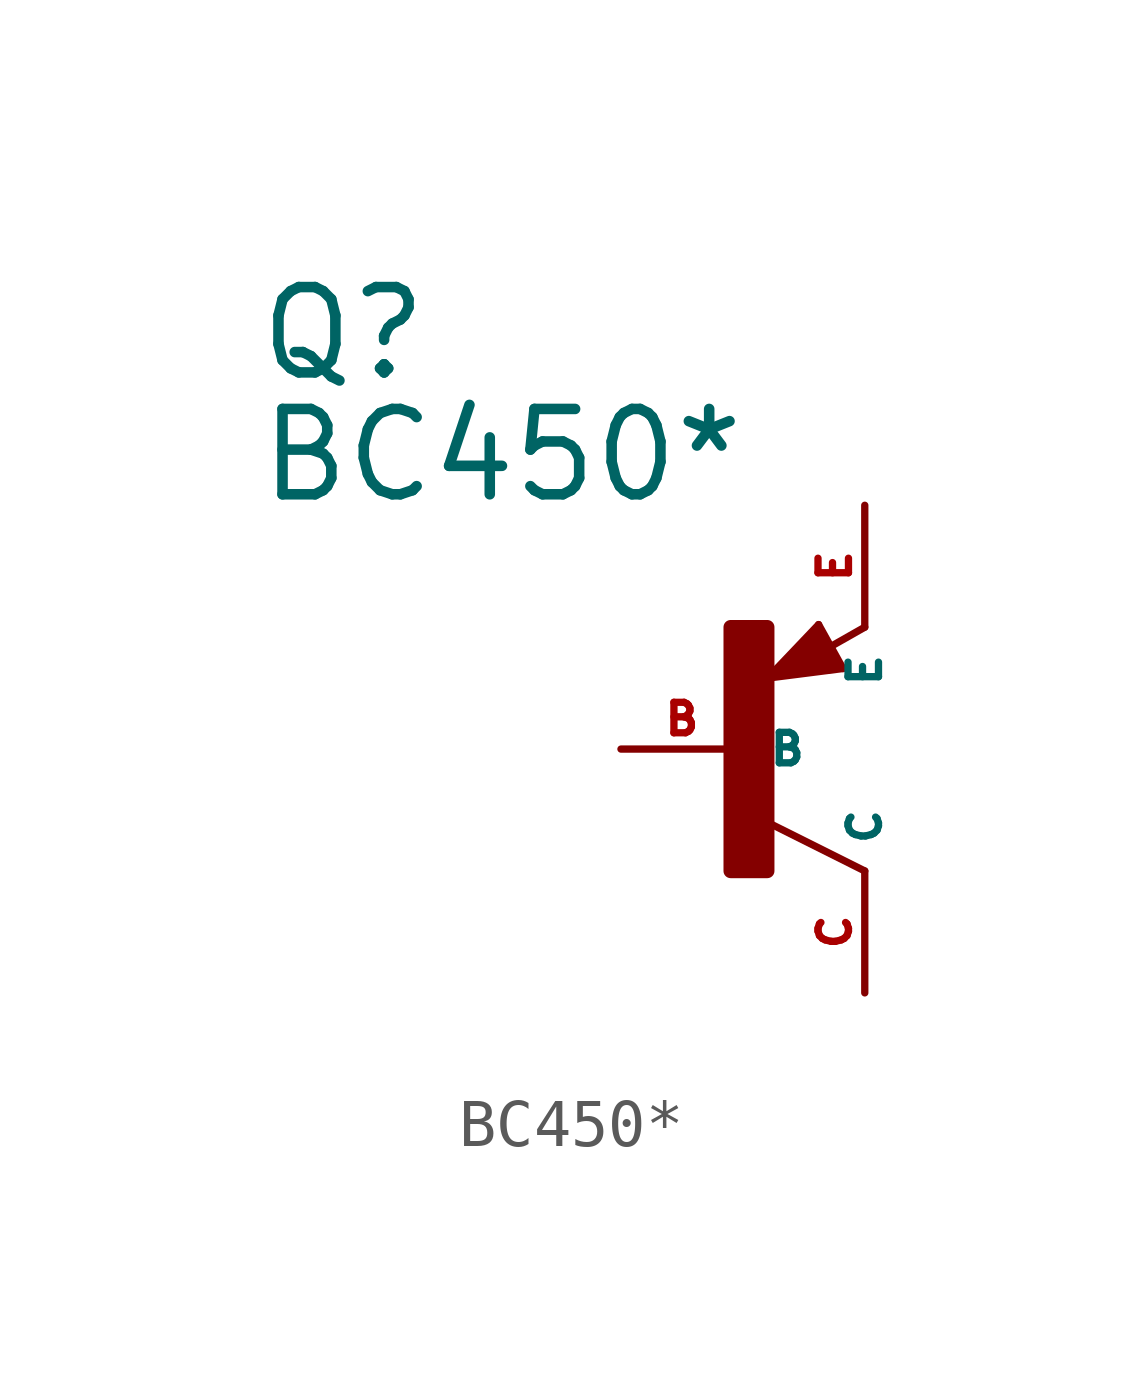
<source format=kicad_sym>
(kicad_symbol_lib
  (version 20220914)
  (generator Eagle2Kicad)
  (symbol "BC450*"
    (property "Reference" "Q"
      (at -10.16 7.62 0)
      (effects (font (size 1.778 1.778) (thickness 0.22)) (justify left bottom)))
    (property "Value" "BC450*"
      (at -10.16 5.08 0)
      (effects (font (size 1.778 1.778) (thickness 0.22)) (justify left bottom)))
    (polyline
      (pts (xy 2.086 1.678) (xy 1.578 2.594))
      (stroke (width 0.152) (type default))
      (fill (type none)))
    (polyline
      (pts (xy 1.578 2.594) (xy 0.516 1.478))
      (stroke (width 0.152) (type default))
      (fill (type none)))
    (polyline
      (pts (xy 0.516 1.478) (xy 2.086 1.678))
      (stroke (width 0.152) (type default))
      (fill (type none)))
    (polyline
      (pts (xy 2.54 2.54) (xy 1.808 2.124))
      (stroke (width 0.152) (type default))
      (fill (type none)))
    (polyline
      (pts (xy 2.54 -2.54) (xy 0.508 -1.524))
      (stroke (width 0.152) (type default))
      (fill (type none)))
    (polyline
      (pts (xy 1.905 1.778) (xy 1.524 2.413))
      (stroke (width 0.254) (type default))
      (fill (type none)))
    (polyline
      (pts (xy 1.524 2.413) (xy 0.762 1.651))
      (stroke (width 0.254) (type default))
      (fill (type none)))
    (polyline
      (pts (xy 0.762 1.651) (xy 1.778 1.778))
      (stroke (width 0.254) (type default))
      (fill (type none)))
    (polyline
      (pts (xy 1.778 1.778) (xy 1.524 2.159))
      (stroke (width 0.254) (type default))
      (fill (type none)))
    (polyline
      (pts (xy 1.524 2.159) (xy 1.143 1.905))
      (stroke (width 0.254) (type default))
      (fill (type none)))
    (polyline
      (pts (xy 1.143 1.905) (xy 1.524 1.905))
      (stroke (width 0.254) (type default))
      (fill (type none)))
    (rectangle
      (start -0.254 -2.54)
      (end 0.508 2.54)
      (stroke (width 0.3) (type default))
      (fill (type outline)))
    (pin passive line
      (at -2.54 0 0)
      (length 2.54)
      (name "B" (effects (font (size 0.635 0.635) (thickness 0.08)) (justify left bottom)))
      (number "B" (effects (font (size 0.635 0.635) (thickness 0.08)) (justify left bottom))))
    (pin passive line
      (at 2.54 5.08 270)
      (length 2.54)
      (name "E" (effects (font (size 0.635 0.635) (thickness 0.08)) (justify left bottom)))
      (number "E" (effects (font (size 0.635 0.635) (thickness 0.08)) (justify left bottom))))
    (pin passive line
      (at 2.54 -5.08 90)
      (length 2.54)
      (name "C" (effects (font (size 0.635 0.635) (thickness 0.08)) (justify left bottom)))
      (number "C" (effects (font (size 0.635 0.635) (thickness 0.08)) (justify left bottom))))))
</source>
